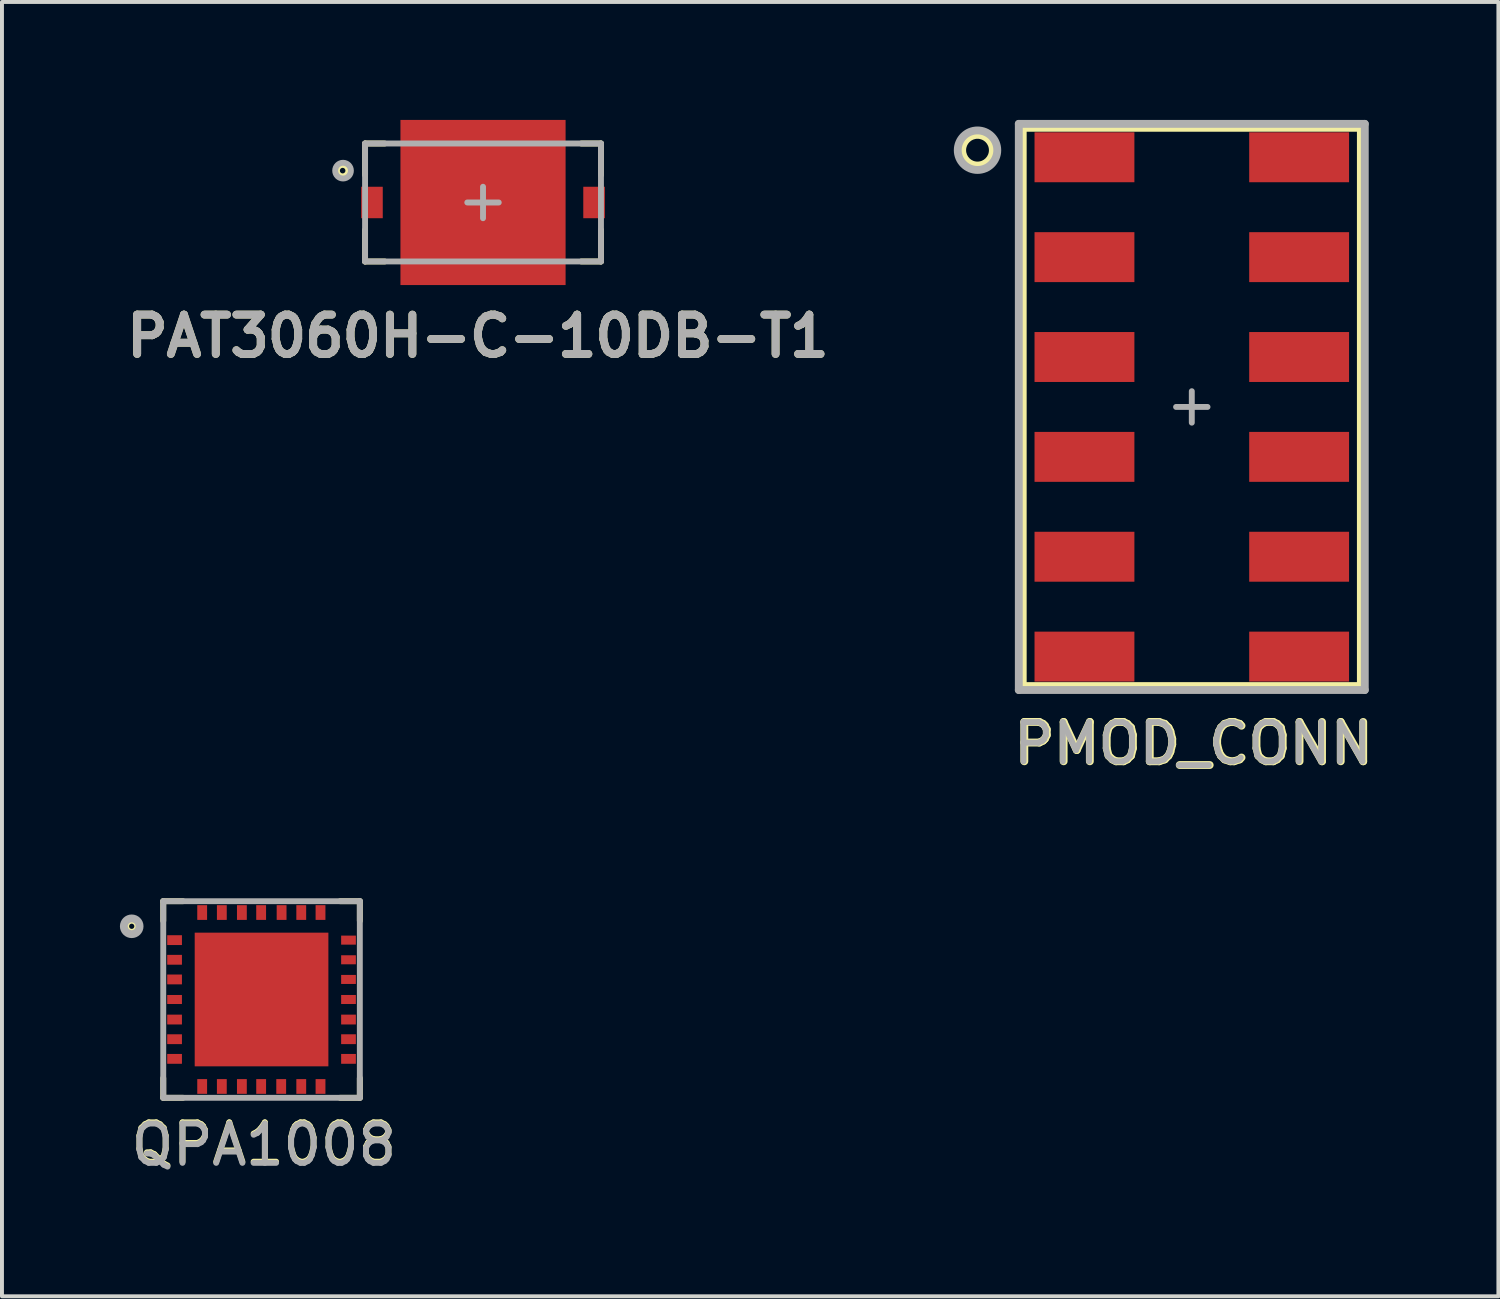
<source format=kicad_pcb>
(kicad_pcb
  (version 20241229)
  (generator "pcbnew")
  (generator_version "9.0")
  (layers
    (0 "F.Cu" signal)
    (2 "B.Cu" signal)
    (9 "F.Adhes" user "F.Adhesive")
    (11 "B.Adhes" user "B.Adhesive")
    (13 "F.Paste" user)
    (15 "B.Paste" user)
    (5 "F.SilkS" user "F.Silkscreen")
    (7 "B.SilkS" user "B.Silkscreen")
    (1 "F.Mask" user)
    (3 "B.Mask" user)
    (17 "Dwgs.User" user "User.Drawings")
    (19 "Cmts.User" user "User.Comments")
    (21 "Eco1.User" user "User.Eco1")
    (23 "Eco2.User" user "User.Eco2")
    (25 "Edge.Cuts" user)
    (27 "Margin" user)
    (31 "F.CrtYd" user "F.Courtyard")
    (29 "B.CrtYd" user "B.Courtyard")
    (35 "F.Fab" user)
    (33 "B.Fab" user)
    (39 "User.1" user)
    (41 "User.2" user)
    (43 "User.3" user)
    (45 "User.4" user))
  (footprint "PMOD_CONN"
    (layer "F.Cu")
    (at 27.262 7.3)
    (property "Reference" "PMOD_CONN" (at 0.05 8.56 0) (layer "F.SilkS") (effects (font (size 1 1) (thickness 0.2))))
    (attr smd)
    (fp_line (start -4.3 -7.1) (end -4.3 7.1) (stroke (width 0.2) (type solid)) (layer "F.SilkS"))
    (fp_line (start -4.3 -7.1) (end 4.3 -7.1) (stroke (width 0.2) (type solid)) (layer "F.SilkS"))
    (fp_line (start 4.3 -7.1) (end 4.3 7.1) (stroke (width 0.2) (type solid)) (layer "F.SilkS"))
    (fp_line (start 4.3 7.1) (end -4.3 7.1) (stroke (width 0.2) (type solid)) (layer "F.SilkS"))
    (fp_circle (center -5.45 -6.53) (end -5.15 -6.28) (stroke (width 0.2) (type solid)) (fill no) (layer "F.SilkS"))
    (fp_line (start -4.4 7.2) (end -4.4 -7.2) (stroke (width 0.2) (type solid)) (layer "F.Fab"))
    (fp_line (start -4.4 7.2) (end 4.4 7.2) (stroke (width 0.2) (type solid)) (layer "F.Fab"))
    (fp_line (start -0.4 0) (end 0.4 0) (stroke (width 0.15) (type solid)) (layer "F.Fab"))
    (fp_line (start 0 -0.4) (end 0 0.4) (stroke (width 0.15) (type solid)) (layer "F.Fab"))
    (fp_line (start 4.4 -7.2) (end -4.4 -7.2) (stroke (width 0.2) (type solid)) (layer "F.Fab"))
    (fp_line (start 4.4 -7.2) (end 4.4 7.2) (stroke (width 0.2) (type solid)) (layer "F.Fab"))
    (fp_circle (center -5.45 -6.53) (end -4.95 -6.58) (stroke (width 0.2) (type solid)) (fill no) (layer "F.Fab"))
    (fp_text user "${REFERENCE}" (at 0.03 8.56 0) (layer "F.Fab") (effects (font (size 1 1) (thickness 0.15))))
    (pad "1" smd rect (at -2.73 -6.35) (size 2.54 1.27) (layers "F.Cu" "F.Mask" "F.Paste"))
    (pad "2" smd rect (at -2.73 -3.81) (size 2.54 1.27) (layers "F.Cu" "F.Mask" "F.Paste"))
    (pad "3" smd rect (at -2.73 -1.27) (size 2.54 1.27) (layers "F.Cu" "F.Mask" "F.Paste"))
    (pad "4" smd rect (at -2.73 1.27) (size 2.54 1.27) (layers "F.Cu" "F.Mask" "F.Paste"))
    (pad "5" smd rect (at -2.73 3.81) (size 2.54 1.27) (layers "F.Cu" "F.Mask" "F.Paste"))
    (pad "6" smd rect (at -2.73 6.35) (size 2.54 1.27) (layers "F.Cu" "F.Mask" "F.Paste"))
    (pad "7" smd rect (at 2.73 -6.35) (size 2.54 1.27) (layers "F.Cu" "F.Mask" "F.Paste"))
    (pad "8" smd rect (at 2.73 -3.81) (size 2.54 1.27) (layers "F.Cu" "F.Mask" "F.Paste"))
    (pad "9" smd rect (at 2.73 -1.27) (size 2.54 1.27) (layers "F.Cu" "F.Mask" "F.Paste"))
    (pad "10" smd rect (at 2.73 1.27) (size 2.54 1.27) (layers "F.Cu" "F.Mask" "F.Paste"))
    (pad "11" smd rect (at 2.73 3.81) (size 2.54 1.27) (layers "F.Cu" "F.Mask" "F.Paste"))
    (pad "12" smd rect (at 2.73 6.35) (size 2.54 1.27) (layers "F.Cu" "F.Mask" "F.Paste")))
  (footprint "PAT3060H-C-10DB-T1"
    (layer "F.Cu")
    (at 9.235 2.1)
    (property "Reference" "PAT3060H-C-10DB-T1" (at -0.13 3.4 0) (layer "F.SilkS") (effects (font (size 1 1) (thickness 0.2))))
    (attr through_hole)
    (fp_line (start -3 -1.5) (end -3 -0.7) (stroke (width 0.15) (type solid)) (layer "F.SilkS"))
    (fp_line (start -3 -1.5) (end -2.5 -1.5) (stroke (width 0.15) (type solid)) (layer "F.SilkS"))
    (fp_line (start -3 0.7) (end -3 1.5) (stroke (width 0.15) (type solid)) (layer "F.SilkS"))
    (fp_line (start -3 1.5) (end -2.5 1.5) (stroke (width 0.15) (type solid)) (layer "F.SilkS"))
    (fp_line (start 2.5 -1.5) (end 3 -1.5) (stroke (width 0.15) (type solid)) (layer "F.SilkS"))
    (fp_line (start 2.5 1.5) (end 3 1.5) (stroke (width 0.15) (type solid)) (layer "F.SilkS"))
    (fp_line (start 3 -1.5) (end 3 -0.7) (stroke (width 0.15) (type solid)) (layer "F.SilkS"))
    (fp_line (start 3 0.7) (end 3 1.5) (stroke (width 0.15) (type solid)) (layer "F.SilkS"))
    (fp_circle (center -3.57 -0.81) (end -3.463 -0.71) (stroke (width 0.152) (type solid)) (fill no) (layer "F.SilkS"))
    (fp_line (start -3 -1.5) (end -3 1.5) (stroke (width 0.15) (type solid)) (layer "F.Fab"))
    (fp_line (start -0.4 0) (end 0.4 0) (stroke (width 0.15) (type solid)) (layer "F.Fab"))
    (fp_line (start 0 -0.4) (end 0 0.4) (stroke (width 0.15) (type solid)) (layer "F.Fab"))
    (fp_line (start 3 -1.5) (end -3 -1.5) (stroke (width 0.15) (type solid)) (layer "F.Fab"))
    (fp_line (start 3 -1.5) (end 3 1.5) (stroke (width 0.15) (type solid)) (layer "F.Fab"))
    (fp_line (start 3 1.5) (end -3 1.5) (stroke (width 0.15) (type solid)) (layer "F.Fab"))
    (fp_circle (center -3.56 -0.81) (end -3.36 -0.81) (stroke (width 0.15) (type solid)) (fill no) (layer "F.Fab"))
    (fp_text user "${REFERENCE}" (at -0.13 3.4 0) (layer "F.Fab") (effects (font (size 1 1) (thickness 0.2))))
    (pad "1" smd rect (at -2.825 0) (size 0.55 0.8) (layers "F.Cu" "F.Mask" "F.Paste"))
    (pad "2" smd rect (at 2.825 0) (size 0.55 0.8) (layers "F.Cu" "F.Mask" "F.Paste"))
    (pad "3" smd rect (at 0 0) (size 4.2 4.2) (layers "F.Cu" "F.Mask" "F.Paste")))
  (footprint "QPA1008"
    (layer "F.Cu")
    (at 3.602 22.371)
    (property "Reference" "QPA1008" (at 0.061 3.67 0) (layer "F.SilkS") (effects (font (size 1 1) (thickness 0.15))))
    (attr smd)
    (fp_line (start -2.5 -2.5) (end -2 -2.5) (stroke (width 0.15) (type solid)) (layer "F.SilkS"))
    (fp_line (start -2.5 -2) (end -2.5 -2.5) (stroke (width 0.15) (type solid)) (layer "F.SilkS"))
    (fp_line (start -2.5 2.5) (end -2.5 2) (stroke (width 0.15) (type solid)) (layer "F.SilkS"))
    (fp_line (start -2.5 2.5) (end -2 2.5) (stroke (width 0.15) (type solid)) (layer "F.SilkS"))
    (fp_line (start 2 -2.5) (end 2.5 -2.5) (stroke (width 0.15) (type solid)) (layer "F.SilkS"))
    (fp_line (start 2 2.5) (end 2.5 2.5) (stroke (width 0.15) (type solid)) (layer "F.SilkS"))
    (fp_line (start 2.5 -2) (end 2.5 -2.5) (stroke (width 0.15) (type solid)) (layer "F.SilkS"))
    (fp_line (start 2.5 2.5) (end 2.5 2) (stroke (width 0.15) (type solid)) (layer "F.SilkS"))
    (fp_circle (center -3.302 -1.862) (end -3.402 -1.962) (stroke (width 0.15) (type solid)) (fill no) (layer "F.SilkS"))
    (fp_line (start -2.5 -2.5) (end -2.5 2.5) (stroke (width 0.15) (type solid)) (layer "F.Fab"))
    (fp_line (start -2.5 2.5) (end 2.5 2.5) (stroke (width 0.15) (type solid)) (layer "F.Fab"))
    (fp_line (start 2.5 -2.5) (end -2.5 -2.5) (stroke (width 0.15) (type solid)) (layer "F.Fab"))
    (fp_line (start 2.5 -2.5) (end 2.5 2.5) (stroke (width 0.15) (type solid)) (layer "F.Fab"))
    (fp_circle (center -3.302 -1.862) (end -3.302 -2.062) (stroke (width 0.2) (type solid)) (fill no) (layer "F.Fab"))
    (fp_text user "${REFERENCE}" (at 0.061 3.7 0) (layer "F.Fab") (effects (font (size 1 1) (thickness 0.15))))
    (pad "1" smd rect (at -2.212 -1.51) (size 0.375 0.25) (layers "F.Cu" "F.Mask" "B.Paste"))
    (pad "2" smd rect (at -2.212 -1.01) (size 0.375 0.25) (layers "F.Cu" "F.Mask" "B.Paste"))
    (pad "3" smd rect (at -2.212 -0.51) (size 0.375 0.25) (layers "F.Cu" "F.Mask" "B.Paste"))
    (pad "4" smd rect (at -2.212 0) (size 0.375 0.23) (layers "F.Cu" "F.Mask" "B.Paste"))
    (pad "5" smd rect (at -2.212 0.51) (size 0.375 0.25) (layers "F.Cu" "F.Mask" "B.Paste"))
    (pad "6" smd rect (at -2.212 1.01) (size 0.375 0.25) (layers "F.Cu" "F.Mask" "B.Paste"))
    (pad "7" smd rect (at -2.212 1.51) (size 0.375 0.25) (layers "F.Cu" "F.Mask" "B.Paste"))
    (pad "8" smd rect (at -1.51 2.212) (size 0.25 0.375) (layers "F.Cu" "F.Mask" "B.Paste"))
    (pad "9" smd rect (at -1.01 2.212) (size 0.25 0.375) (layers "F.Cu" "F.Mask" "B.Paste"))
    (pad "10" smd rect (at -0.5 2.212) (size 0.25 0.375) (layers "F.Cu" "F.Mask" "B.Paste"))
    (pad "11" smd rect (at -0.01 2.212) (size 0.25 0.375) (layers "F.Cu" "F.Mask" "B.Paste"))
    (pad "12" smd rect (at 0.5 2.212) (size 0.25 0.375) (layers "F.Cu" "F.Mask" "B.Paste"))
    (pad "13" smd rect (at 1.01 2.212) (size 0.25 0.375) (layers "F.Cu" "F.Mask" "B.Paste"))
    (pad "14" smd rect (at 1.5 2.212) (size 0.25 0.375) (layers "F.Cu" "F.Mask" "B.Paste"))
    (pad "15" smd rect (at 2.212 1.51) (size 0.375 0.25) (layers "F.Cu" "F.Mask" "B.Paste"))
    (pad "16" smd rect (at 2.212 1.01) (size 0.375 0.25) (layers "F.Cu" "F.Mask" "B.Paste"))
    (pad "17" smd rect (at 2.212 0.51) (size 0.375 0.25) (layers "F.Cu" "F.Mask" "B.Paste"))
    (pad "18" smd rect (at 2.212 0) (size 0.375 0.23) (layers "F.Cu" "F.Mask" "B.Paste"))
    (pad "19" smd rect (at 2.212 -0.51) (size 0.375 0.23) (layers "F.Cu" "F.Mask" "B.Paste"))
    (pad "20" smd rect (at 2.212 -1.01) (size 0.375 0.23) (layers "F.Cu" "F.Mask" "B.Paste"))
    (pad "21" smd rect (at 2.212 -1.51) (size 0.375 0.23) (layers "F.Cu" "F.Mask" "B.Paste"))
    (pad "22" smd rect (at 1.5 -2.212) (size 0.25 0.375) (layers "F.Cu" "F.Mask" "B.Paste"))
    (pad "23" smd rect (at 1.01 -2.212) (size 0.25 0.375) (layers "F.Cu" "F.Mask" "B.Paste"))
    (pad "24" smd rect (at 0.51 -2.212) (size 0.25 0.375) (layers "F.Cu" "F.Mask" "B.Paste"))
    (pad "25" smd rect (at -0.01 -2.212) (size 0.25 0.375) (layers "F.Cu" "F.Mask" "B.Paste"))
    (pad "26" smd rect (at -0.5 -2.212) (size 0.25 0.375) (layers "F.Cu" "F.Mask" "B.Paste"))
    (pad "27" smd rect (at -1.01 -2.212) (size 0.25 0.375) (layers "F.Cu" "F.Mask" "B.Paste"))
    (pad "28" smd rect (at -1.51 -2.212) (size 0.25 0.375) (layers "F.Cu" "F.Mask" "B.Paste"))
    (pad "29" smd rect (at 0 0) (size 3.4 3.4) (layers "F.Cu" "F.Mask" "F.Paste")))
  (gr_rect
    (start -3 -3)
    (end 35.06 29.92)
    (stroke (width 0.1) (type default))
    (fill no)
    (layer "Edge.Cuts")))
</source>
